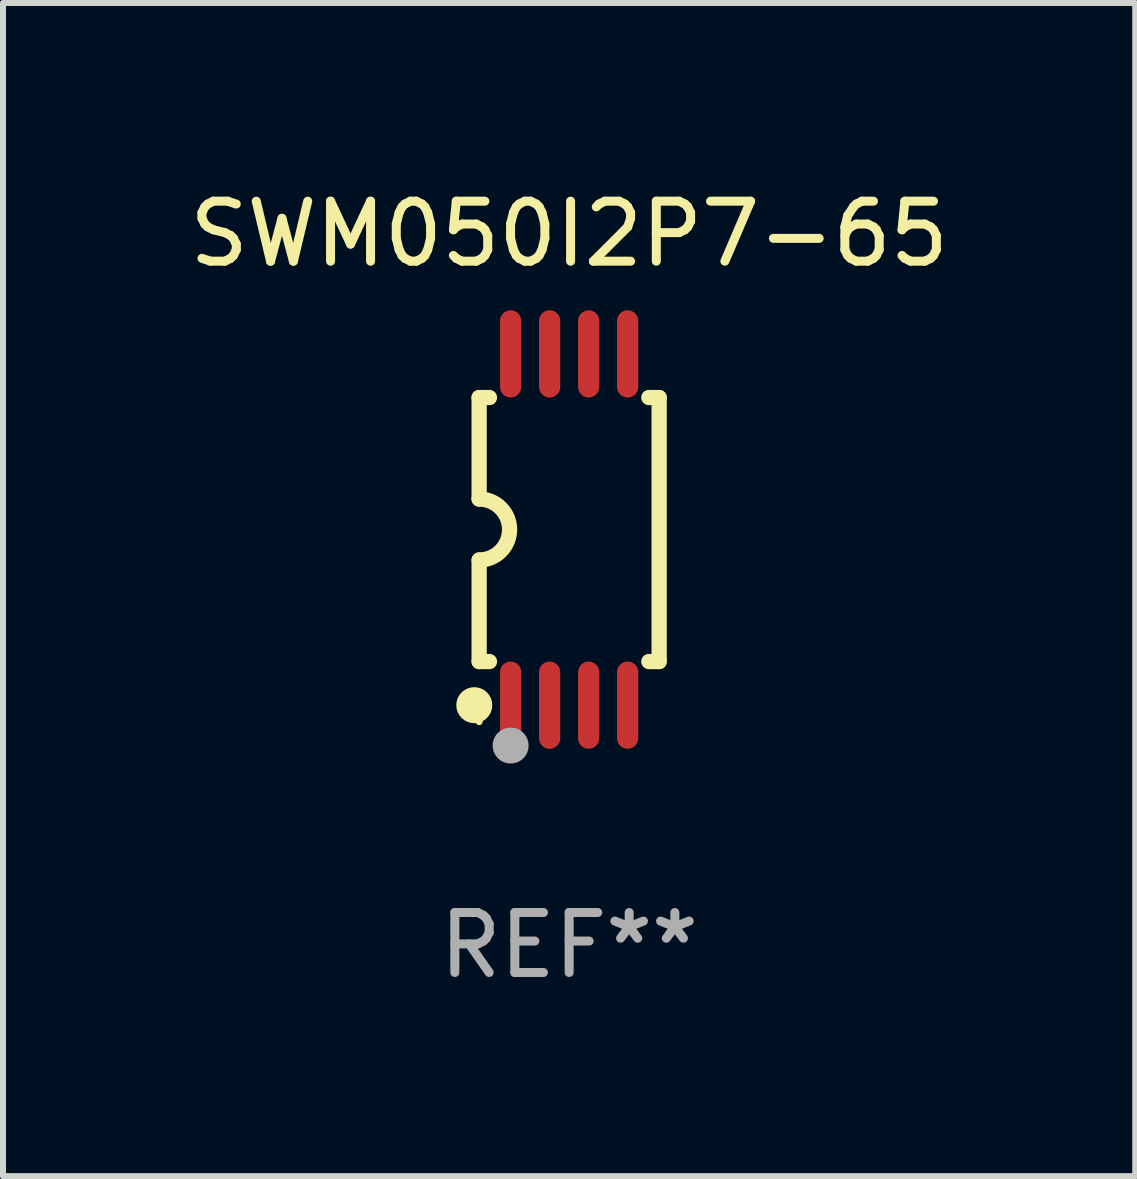
<source format=kicad_pcb>
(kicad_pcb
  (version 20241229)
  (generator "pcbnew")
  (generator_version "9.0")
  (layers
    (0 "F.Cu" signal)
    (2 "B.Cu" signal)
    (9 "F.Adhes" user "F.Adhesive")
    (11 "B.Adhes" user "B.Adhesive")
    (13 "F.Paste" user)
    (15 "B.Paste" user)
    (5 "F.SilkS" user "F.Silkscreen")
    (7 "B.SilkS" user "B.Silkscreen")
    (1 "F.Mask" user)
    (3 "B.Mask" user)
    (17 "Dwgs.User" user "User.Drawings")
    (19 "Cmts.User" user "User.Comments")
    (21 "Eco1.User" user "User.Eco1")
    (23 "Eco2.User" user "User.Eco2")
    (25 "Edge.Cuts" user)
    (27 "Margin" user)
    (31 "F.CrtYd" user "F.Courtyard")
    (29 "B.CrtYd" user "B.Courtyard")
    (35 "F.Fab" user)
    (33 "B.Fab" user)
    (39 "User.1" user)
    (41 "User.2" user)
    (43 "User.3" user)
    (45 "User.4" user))
  (footprint "SWM050I2P7-65"
    (layer "F.Cu")
    (at 6.435 5.775)
    (property "Reference" "SWM050I2P7-65" (at 0 -4.927 0) (layer "F.SilkS") (effects (font (size 1 1) (thickness 0.15))))
    (attr through_hole)
    (fp_line (start -1.5 -2.2) (end -1.5 -0.508) (stroke (width 0.254) (type solid)) (layer "F.SilkS"))
    (fp_line (start -1.5 -2.2) (end -1.328 -2.2) (stroke (width 0.254) (type solid)) (layer "F.SilkS"))
    (fp_line (start -1.5 2.2) (end -1.5 0.508) (stroke (width 0.254) (type solid)) (layer "F.SilkS"))
    (fp_line (start -1.5 2.2) (end -1.328 2.2) (stroke (width 0.254) (type solid)) (layer "F.SilkS"))
    (fp_line (start 1.328 -2.2) (end 1.5 -2.2) (stroke (width 0.254) (type solid)) (layer "F.SilkS"))
    (fp_line (start 1.328 2.2) (end 1.5 2.2) (stroke (width 0.254) (type solid)) (layer "F.SilkS"))
    (fp_line (start 1.5 -2.2) (end 1.5 2.2) (stroke (width 0.254) (type solid)) (layer "F.SilkS"))
    (fp_arc (start -1.501144 -0.508) (mid -0.993143 -0.000571) (end -1.5 0.508001) (stroke (width 0.254001) (type solid)) (layer "F.SilkS"))
    (fp_circle (center -1.581 2.927) (end -1.431 2.927) (stroke (width 0.3) (type solid)) (fill no) (layer "F.SilkS"))
    (fp_circle (center -1.5 3.2) (end -1.47 3.2) (stroke (width 0.06) (type solid)) (fill no) (layer "F.SilkS"))
    (fp_circle (center -0.975 3.6) (end -0.825 3.6) (stroke (width 0.3) (type solid)) (fill no) (layer "F.Fab"))
    (fp_text user "REF**" (at 0 6.927 0) (layer "F.Fab") (effects (font (size 1 1) (thickness 0.15))))
    (pad "1" smd oval (at -0.975 2.927) (size 0.353 1.454) (layers "F.Cu" "F.Mask" "F.Paste"))
    (pad "2" smd oval (at -0.325 2.927) (size 0.353 1.454) (layers "F.Cu" "F.Mask" "F.Paste"))
    (pad "3" smd oval (at 0.325 2.927) (size 0.353 1.454) (layers "F.Cu" "F.Mask" "F.Paste"))
    (pad "4" smd oval (at 0.975 2.927) (size 0.353 1.454) (layers "F.Cu" "F.Mask" "F.Paste"))
    (pad "5" smd oval (at 0.975 -2.927) (size 0.353 1.454) (layers "F.Cu" "F.Mask" "F.Paste"))
    (pad "6" smd oval (at 0.325 -2.927) (size 0.353 1.454) (layers "F.Cu" "F.Mask" "F.Paste"))
    (pad "7" smd oval (at -0.325 -2.927) (size 0.353 1.454) (layers "F.Cu" "F.Mask" "F.Paste"))
    (pad "8" smd oval (at -0.975 -2.927) (size 0.353 1.454) (layers "F.Cu" "F.Mask" "F.Paste")))
  (gr_rect
    (start -3 -3)
    (end 15.869 16.551)
    (stroke (width 0.1) (type default))
    (fill no)
    (layer "Edge.Cuts")))
</source>
